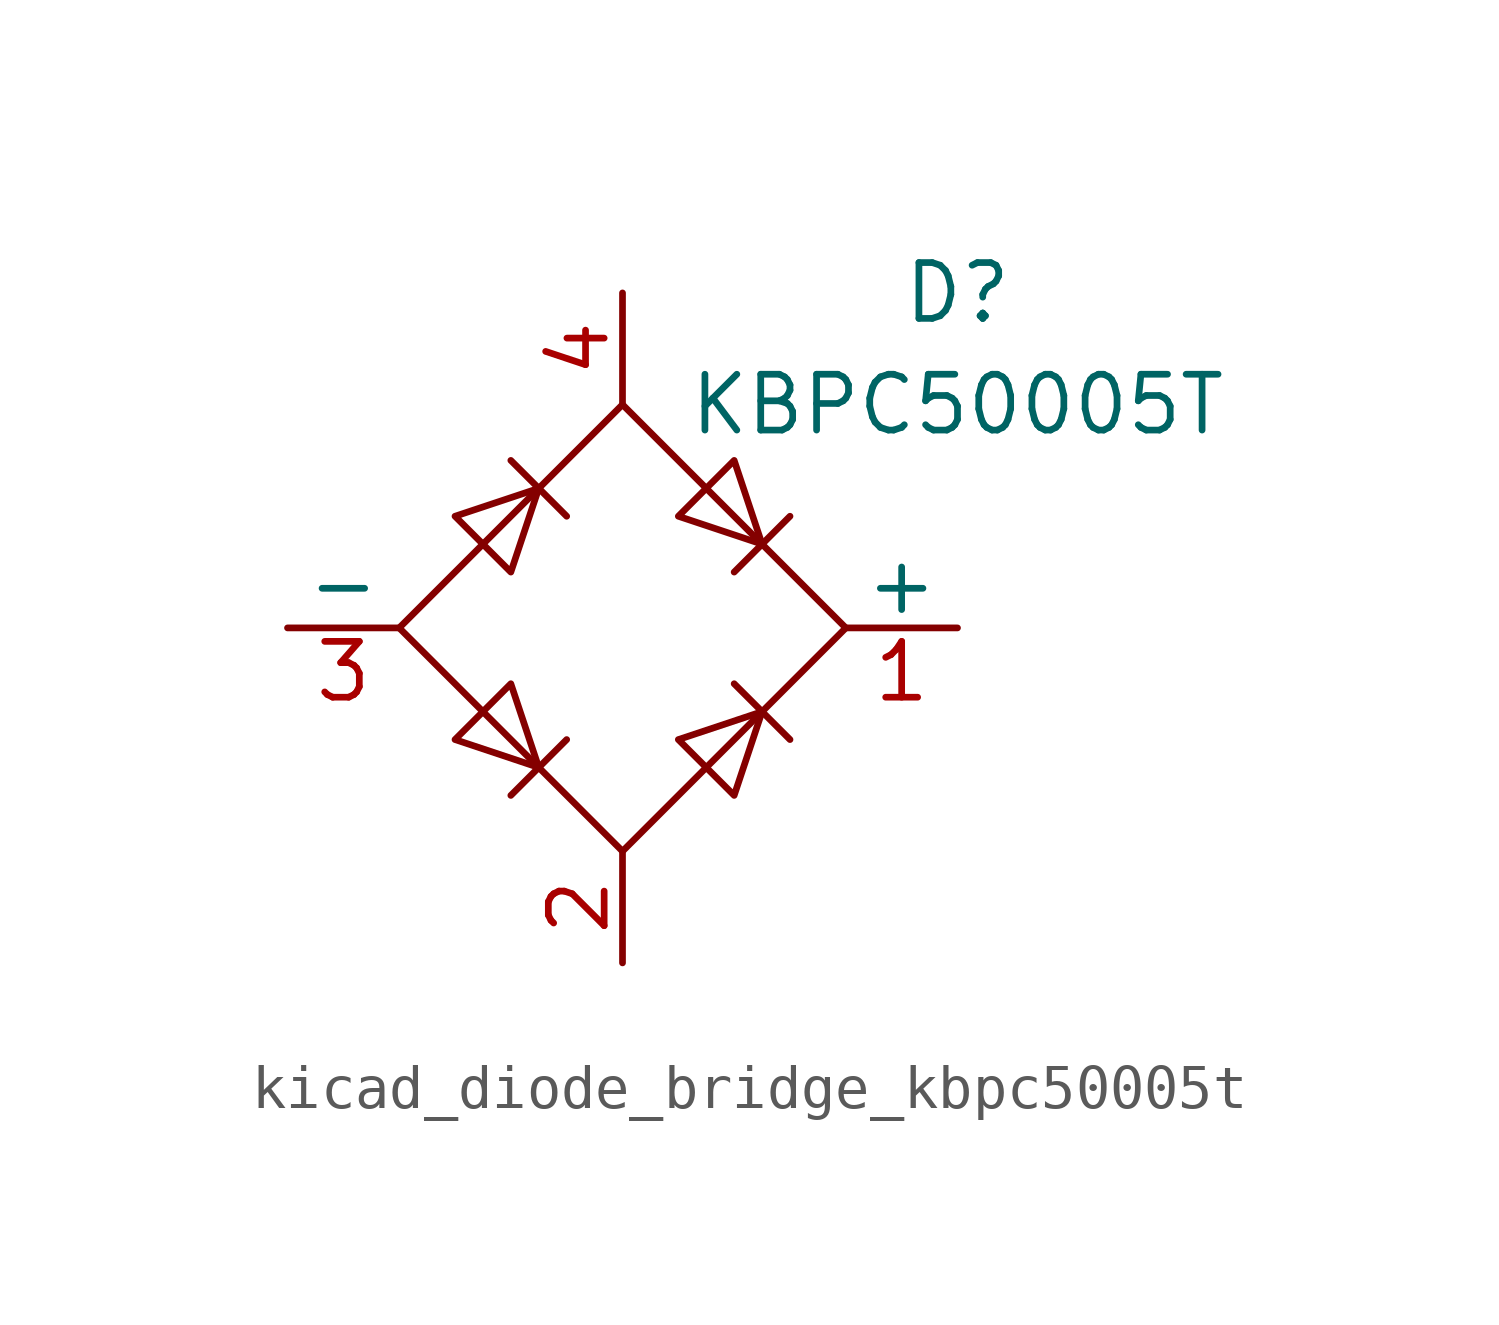
<source format=kicad_sym>
(kicad_symbol_lib
  (version 20220914)
  (generator kicad_symbol_editor)
  (symbol "kicad_diode_bridge_kbpc50005t"
    (pin_names
      (offset 0))
    (property "Reference" "D"
      (at 7.62 7.62 0)
      (effects (font (size 1.27 1.27))))
    (property "Value" "KBPC50005T"
      (at 7.62 5.08 0)
      (effects (font (size 1.27 1.27))))
    (symbol "kicad_diode_bridge_kbpc50005t_0_1"
      (polyline (pts (xy -2.54 3.81) (xy -1.27 2.54)) (stroke (width 0) (type default)) (fill (type none)))
      (polyline (pts (xy -1.27 -2.54) (xy -2.54 -3.81)) (stroke (width 0) (type default)) (fill (type none)))
      (polyline (pts (xy 2.54 -1.27) (xy 3.81 -2.54)) (stroke (width 0) (type default)) (fill (type none)))
      (polyline (pts (xy 2.54 1.27) (xy 3.81 2.54)) (stroke (width 0) (type default)) (fill (type none)))
      (polyline (pts (xy -3.81 2.54) (xy -2.54 1.27) (xy -1.905 3.175) (xy -3.81 2.54)) (stroke (width 0) (type default)) (fill (type none)))
      (polyline (pts (xy -2.54 -1.27) (xy -3.81 -2.54) (xy -1.905 -3.175) (xy -2.54 -1.27)) (stroke (width 0) (type default)) (fill (type none)))
      (polyline (pts (xy 1.27 2.54) (xy 2.54 3.81) (xy 3.175 1.905) (xy 1.27 2.54)) (stroke (width 0) (type default)) (fill (type none)))
      (polyline (pts (xy 3.175 -1.905) (xy 1.27 -2.54) (xy 2.54 -3.81) (xy 3.175 -1.905)) (stroke (width 0) (type default)) (fill (type none)))
      (polyline (pts (xy -5.08 0) (xy 0 -5.08) (xy 5.08 0) (xy 0 5.08) (xy -5.08 0)) (stroke (width 0) (type default)) (fill (type none))))
    (symbol "kicad_diode_bridge_kbpc50005t_1_1"
      (pin passive line (at 7.62 0 180) (length 2.54) (name "+" (effects (font (size 1.27 1.27)))) (number "1" (effects (font (size 1.27 1.27)))))
      (pin passive line (at 0 -7.62 90) (length 2.54) (name "~" (effects (font (size 1.27 1.27)))) (number "2" (effects (font (size 1.27 1.27)))))
      (pin passive line (at -7.62 0 0) (length 2.54) (name "-" (effects (font (size 1.27 1.27)))) (number "3" (effects (font (size 1.27 1.27)))))
      (pin passive line (at 0 7.62 270) (length 2.54) (name "~" (effects (font (size 1.27 1.27)))) (number "4" (effects (font (size 1.27 1.27))))))))
</source>
